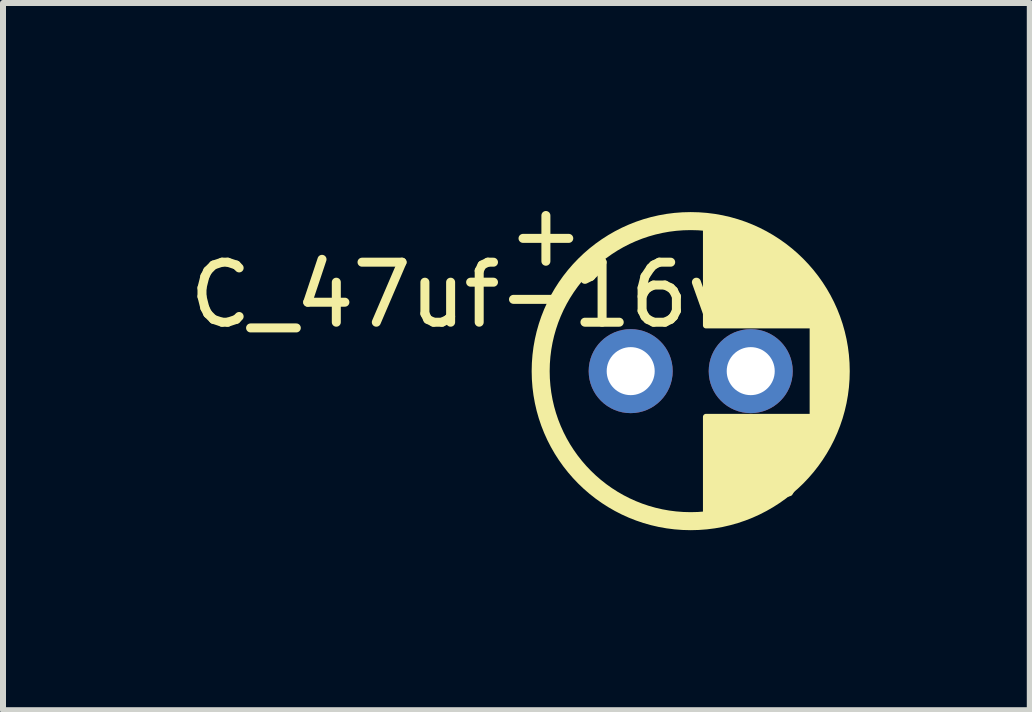
<source format=kicad_pcb>
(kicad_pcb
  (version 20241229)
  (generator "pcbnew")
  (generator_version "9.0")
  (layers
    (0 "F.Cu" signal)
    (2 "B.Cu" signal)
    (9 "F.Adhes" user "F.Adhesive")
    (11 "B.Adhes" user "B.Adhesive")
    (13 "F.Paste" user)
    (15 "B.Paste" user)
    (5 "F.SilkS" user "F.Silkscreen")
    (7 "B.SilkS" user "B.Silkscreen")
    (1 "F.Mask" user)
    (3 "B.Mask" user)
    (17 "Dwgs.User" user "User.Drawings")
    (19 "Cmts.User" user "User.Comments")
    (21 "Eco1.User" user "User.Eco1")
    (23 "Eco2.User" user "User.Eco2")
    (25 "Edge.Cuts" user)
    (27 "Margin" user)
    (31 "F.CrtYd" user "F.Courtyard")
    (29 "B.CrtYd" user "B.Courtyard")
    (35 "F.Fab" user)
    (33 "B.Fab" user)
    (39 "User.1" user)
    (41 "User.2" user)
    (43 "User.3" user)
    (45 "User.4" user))
  (footprint "C_47uf-16v"
    (layer "F.Cu")
    (at 8.459 3.134)
    (property "Reference" "C_47uf-16v" (at -3.81 -1.27 0) (layer "F.SilkS") (effects (font (size 1 1) (thickness 0.15))))
    (attr through_hole)
    (fp_circle (center 0 0) (end 2.5 0) (stroke (width 0.3) (type solid)) (fill no) (layer "F.SilkS"))
    (fp_poly (pts (xy 0.889 -2.413) (xy 1.778 -1.778) (xy 2.413 -0.762) (xy 2.413 0.762) (xy 1.651 2.032) (xy 0.254 2.413) (xy 0.254 0.762) (xy 2.032 0.762) (xy 2.032 -0.762) (xy 0.254 -0.762) (xy 0.254 -2.54)) (stroke (width 0.1) (type solid)) (fill yes) (layer "F.SilkS"))
    (fp_text user "+" (at -2.413 -2.286 0) (layer "F.SilkS") (effects (font (size 1 1) (thickness 0.15))))
    (pad "1" thru_hole circle (at -1 0) (size 1.4 1.4) (drill 0.8) (layers "*.Cu" "*.Mask"))
    (pad "2" thru_hole circle (at 1 0) (size 1.4 1.4) (drill 0.8) (layers "*.Cu" "*.Mask")))
  (gr_rect
    (start -3 -3)
    (end 14.109 8.784)
    (stroke (width 0.1) (type default))
    (fill no)
    (layer "Edge.Cuts")))
</source>
